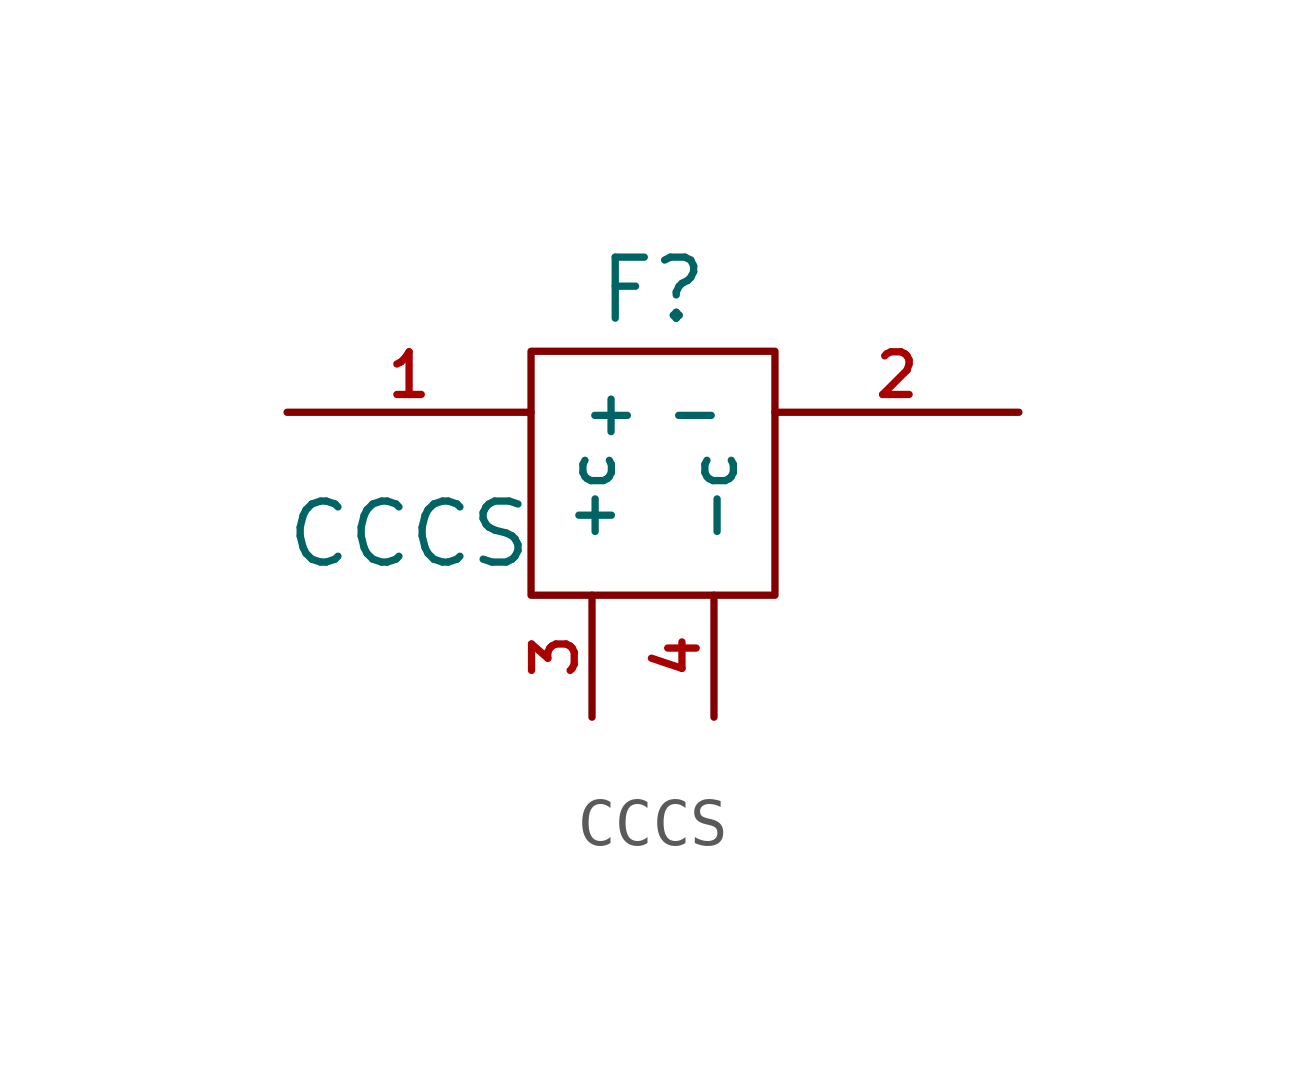
<source format=kicad_sym>
(kicad_symbol_lib
  (version 20211014)
  (generator kicad_symbol_editor)
  (symbol "CCCS"
    (pin_names
      (offset 1.016))
    (property "Reference" "F"
      (at 0 3.81 0)
      (effects (font (size 1.27 1.27))))
    (property "Value" "CCCS"
      (at -5.08 -1.27 0)
      (effects (font (size 1.27 1.27))))
    (property "Footprint" ""
      (at 0 0 0)
      (effects (font (size 1.524 1.524))))
    (property "Datasheet" ""
      (at 0 0 0)
      (effects (font (size 1.524 1.524))))
    (symbol "CCCS_0_1"
      (rectangle (start -2.54 2.54) (end 2.54 -2.54) (stroke (width 0) (type default) (color 0 0 0 0)) (fill (type none))))
    (symbol "CCCS_1_1"
      (pin passive line (at -7.62 1.27 0) (length 5.08) (name "+" (effects (font (size 0.889 0.889)))) (number "1" (effects (font (size 0.889 0.889)))))
      (pin passive line (at 7.62 1.27 180) (length 5.08) (name "-" (effects (font (size 0.889 0.889)))) (number "2" (effects (font (size 0.889 0.889)))))
      (pin passive line (at -1.27 -5.08 90) (length 2.54) (name "+c" (effects (font (size 0.889 0.889)))) (number "3" (effects (font (size 0.889 0.889)))))
      (pin passive line (at 1.27 -5.08 90) (length 2.54) (name "-c" (effects (font (size 0.889 0.889)))) (number "4" (effects (font (size 0.889 0.889))))))))
</source>
